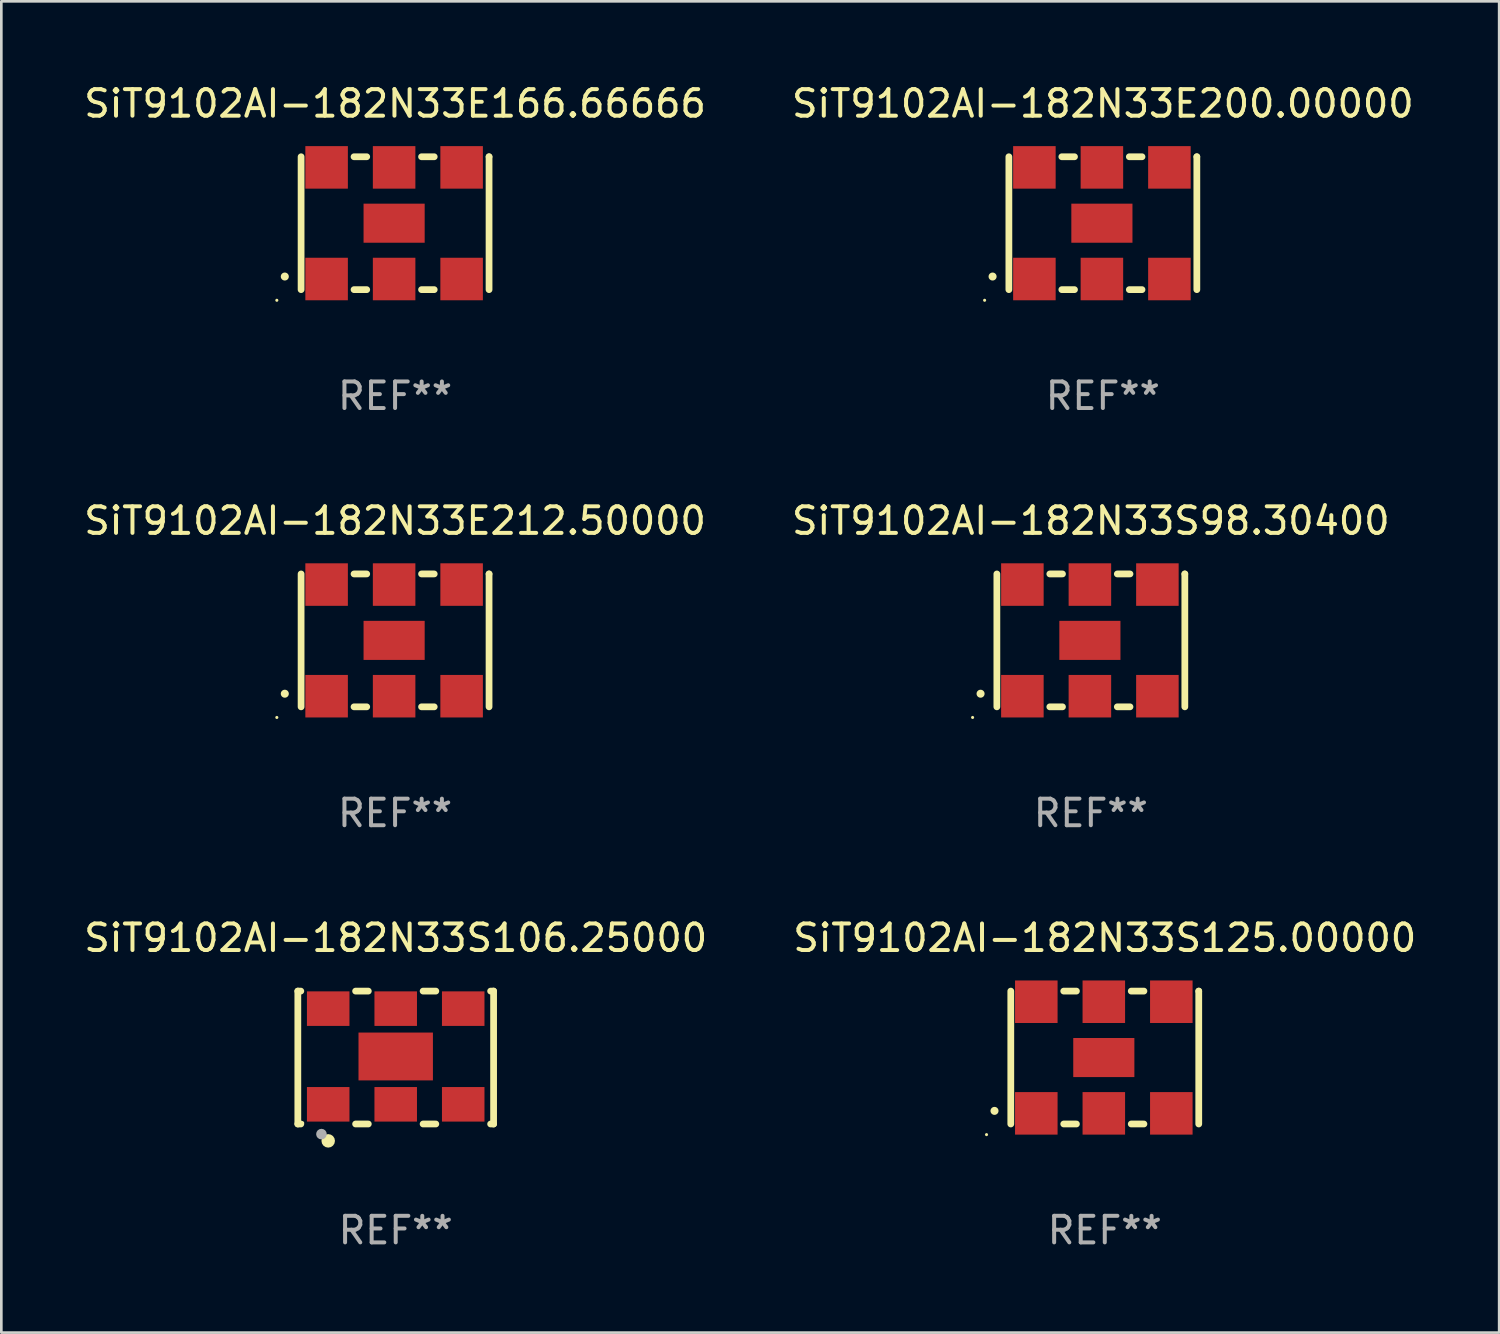
<source format=kicad_pcb>
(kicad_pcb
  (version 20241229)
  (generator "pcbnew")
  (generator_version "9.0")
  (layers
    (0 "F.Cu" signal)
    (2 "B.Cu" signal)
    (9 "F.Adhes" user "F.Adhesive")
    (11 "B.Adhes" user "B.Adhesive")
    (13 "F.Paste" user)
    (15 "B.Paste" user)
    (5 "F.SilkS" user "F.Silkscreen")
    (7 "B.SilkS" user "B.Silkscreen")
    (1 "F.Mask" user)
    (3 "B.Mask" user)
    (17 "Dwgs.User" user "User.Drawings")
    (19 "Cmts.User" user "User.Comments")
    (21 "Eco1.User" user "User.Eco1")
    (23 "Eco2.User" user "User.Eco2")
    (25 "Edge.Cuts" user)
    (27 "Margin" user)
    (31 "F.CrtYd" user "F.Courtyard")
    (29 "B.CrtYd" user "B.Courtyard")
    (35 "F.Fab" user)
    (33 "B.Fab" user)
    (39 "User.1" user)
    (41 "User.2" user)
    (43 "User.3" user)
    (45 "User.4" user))
  (footprint "SiT9102AI-182N33E166.66666"
    (layer "F.Cu")
    (at 11.815 5.348)
    (property "Reference" "SiT9102AI-182N33E166.66666" (at 0 -4.5 0) (layer "F.SilkS") (effects (font (size 1 1) (thickness 0.15))))
    (attr through_hole)
    (fp_line (start -3.536 -2.5) (end -3.536 2.5) (stroke (width 0.254) (type solid)) (layer "F.SilkS"))
    (fp_line (start -1.544 2.5) (end -1.067 2.5) (stroke (width 0.254) (type solid)) (layer "F.SilkS"))
    (fp_line (start -1.067 -2.5) (end -1.544 -2.5) (stroke (width 0.254) (type solid)) (layer "F.SilkS"))
    (fp_line (start 0.996 2.5) (end 1.473 2.5) (stroke (width 0.254) (type solid)) (layer "F.SilkS"))
    (fp_line (start 1.473 -2.5) (end 0.996 -2.5) (stroke (width 0.254) (type solid)) (layer "F.SilkS"))
    (fp_line (start 3.536 -2.5) (end 3.536 -2.5) (stroke (width 0.254) (type solid)) (layer "F.SilkS"))
    (fp_line (start 3.536 2.5) (end 3.536 -2.5) (stroke (width 0.254) (type solid)) (layer "F.SilkS"))
    (fp_arc (start -4.150432 2.006604) (mid -4.149162 2.006599) (end -4.147892 2.006604) (stroke (width 0.3) (type solid)) (layer "F.SilkS"))
    (fp_circle (center -4.449 2.9) (end -4.419 2.9) (stroke (width 0.06) (type solid)) (fill no) (layer "F.SilkS"))
    (fp_text user "REF**" (at 0 6.5 0) (layer "F.Fab") (effects (font (size 1 1) (thickness 0.15))))
    (pad "1" smd rect (at -2.576 2.1) (size 1.6 1.6) (layers "F.Cu" "F.Mask" "F.Paste"))
    (pad "2" smd rect (at -0.036 2.1) (size 1.6 1.6) (layers "F.Cu" "F.Mask" "F.Paste"))
    (pad "3" smd rect (at 2.504 2.1) (size 1.6 1.6) (layers "F.Cu" "F.Mask" "F.Paste"))
    (pad "4" smd rect (at 2.504 -2.1) (size 1.6 1.6) (layers "F.Cu" "F.Mask" "F.Paste"))
    (pad "5" smd rect (at -0.036 -2.1) (size 1.6 1.6) (layers "F.Cu" "F.Mask" "F.Paste"))
    (pad "6" smd rect (at -2.576 -2.1) (size 1.6 1.6) (layers "F.Cu" "F.Mask" "F.Paste"))
    (pad "7" smd rect (at -0.036 0) (size 2.3 1.47) (layers "F.Cu" "F.Mask" "F.Paste")))
  (footprint "SiT9102AI-182N33S125.00000"
    (layer "F.Cu")
    (at 38.518 36.741)
    (property "Reference" "SiT9102AI-182N33S125.00000" (at 0 -4.5 0) (layer "F.SilkS") (effects (font (size 1 1) (thickness 0.15))))
    (attr through_hole)
    (fp_line (start -3.536 -2.5) (end -3.536 2.5) (stroke (width 0.254) (type solid)) (layer "F.SilkS"))
    (fp_line (start -1.544 2.5) (end -1.067 2.5) (stroke (width 0.254) (type solid)) (layer "F.SilkS"))
    (fp_line (start -1.067 -2.5) (end -1.544 -2.5) (stroke (width 0.254) (type solid)) (layer "F.SilkS"))
    (fp_line (start 0.996 2.5) (end 1.473 2.5) (stroke (width 0.254) (type solid)) (layer "F.SilkS"))
    (fp_line (start 1.473 -2.5) (end 0.996 -2.5) (stroke (width 0.254) (type solid)) (layer "F.SilkS"))
    (fp_line (start 3.536 -2.5) (end 3.536 -2.5) (stroke (width 0.254) (type solid)) (layer "F.SilkS"))
    (fp_line (start 3.536 2.5) (end 3.536 -2.5) (stroke (width 0.254) (type solid)) (layer "F.SilkS"))
    (fp_arc (start -4.150432 2.006604) (mid -4.149162 2.006599) (end -4.147892 2.006604) (stroke (width 0.3) (type solid)) (layer "F.SilkS"))
    (fp_circle (center -4.449 2.9) (end -4.419 2.9) (stroke (width 0.06) (type solid)) (fill no) (layer "F.SilkS"))
    (fp_text user "REF**" (at 0 6.5 0) (layer "F.Fab") (effects (font (size 1 1) (thickness 0.15))))
    (pad "1" smd rect (at -2.576 2.1) (size 1.6 1.6) (layers "F.Cu" "F.Mask" "F.Paste"))
    (pad "2" smd rect (at -0.036 2.1) (size 1.6 1.6) (layers "F.Cu" "F.Mask" "F.Paste"))
    (pad "3" smd rect (at 2.504 2.1) (size 1.6 1.6) (layers "F.Cu" "F.Mask" "F.Paste"))
    (pad "4" smd rect (at 2.504 -2.1) (size 1.6 1.6) (layers "F.Cu" "F.Mask" "F.Paste"))
    (pad "5" smd rect (at -0.036 -2.1) (size 1.6 1.6) (layers "F.Cu" "F.Mask" "F.Paste"))
    (pad "6" smd rect (at -2.576 -2.1) (size 1.6 1.6) (layers "F.Cu" "F.Mask" "F.Paste"))
    (pad "7" smd rect (at -0.036 0) (size 2.3 1.47) (layers "F.Cu" "F.Mask" "F.Paste")))
  (footprint "SiT9102AI-182N33E200.00000"
    (layer "F.Cu")
    (at 38.446 5.348)
    (property "Reference" "SiT9102AI-182N33E200.00000" (at 0 -4.5 0) (layer "F.SilkS") (effects (font (size 1 1) (thickness 0.15))))
    (attr through_hole)
    (fp_line (start -3.536 -2.5) (end -3.536 2.5) (stroke (width 0.254) (type solid)) (layer "F.SilkS"))
    (fp_line (start -1.544 2.5) (end -1.067 2.5) (stroke (width 0.254) (type solid)) (layer "F.SilkS"))
    (fp_line (start -1.067 -2.5) (end -1.544 -2.5) (stroke (width 0.254) (type solid)) (layer "F.SilkS"))
    (fp_line (start 0.996 2.5) (end 1.473 2.5) (stroke (width 0.254) (type solid)) (layer "F.SilkS"))
    (fp_line (start 1.473 -2.5) (end 0.996 -2.5) (stroke (width 0.254) (type solid)) (layer "F.SilkS"))
    (fp_line (start 3.536 -2.5) (end 3.536 -2.5) (stroke (width 0.254) (type solid)) (layer "F.SilkS"))
    (fp_line (start 3.536 2.5) (end 3.536 -2.5) (stroke (width 0.254) (type solid)) (layer "F.SilkS"))
    (fp_arc (start -4.150432 2.006604) (mid -4.149162 2.006599) (end -4.147892 2.006604) (stroke (width 0.3) (type solid)) (layer "F.SilkS"))
    (fp_circle (center -4.449 2.9) (end -4.419 2.9) (stroke (width 0.06) (type solid)) (fill no) (layer "F.SilkS"))
    (fp_text user "REF**" (at 0 6.5 0) (layer "F.Fab") (effects (font (size 1 1) (thickness 0.15))))
    (pad "1" smd rect (at -2.576 2.1) (size 1.6 1.6) (layers "F.Cu" "F.Mask" "F.Paste"))
    (pad "2" smd rect (at -0.036 2.1) (size 1.6 1.6) (layers "F.Cu" "F.Mask" "F.Paste"))
    (pad "3" smd rect (at 2.504 2.1) (size 1.6 1.6) (layers "F.Cu" "F.Mask" "F.Paste"))
    (pad "4" smd rect (at 2.504 -2.1) (size 1.6 1.6) (layers "F.Cu" "F.Mask" "F.Paste"))
    (pad "5" smd rect (at -0.036 -2.1) (size 1.6 1.6) (layers "F.Cu" "F.Mask" "F.Paste"))
    (pad "6" smd rect (at -2.576 -2.1) (size 1.6 1.6) (layers "F.Cu" "F.Mask" "F.Paste"))
    (pad "7" smd rect (at -0.036 0) (size 2.3 1.47) (layers "F.Cu" "F.Mask" "F.Paste")))
  (footprint "SiT9102AI-182N33E212.50000"
    (layer "F.Cu")
    (at 11.815 21.045)
    (property "Reference" "SiT9102AI-182N33E212.50000" (at 0 -4.5 0) (layer "F.SilkS") (effects (font (size 1 1) (thickness 0.15))))
    (attr through_hole)
    (fp_line (start -3.536 -2.5) (end -3.536 2.5) (stroke (width 0.254) (type solid)) (layer "F.SilkS"))
    (fp_line (start -1.544 2.5) (end -1.067 2.5) (stroke (width 0.254) (type solid)) (layer "F.SilkS"))
    (fp_line (start -1.067 -2.5) (end -1.544 -2.5) (stroke (width 0.254) (type solid)) (layer "F.SilkS"))
    (fp_line (start 0.996 2.5) (end 1.473 2.5) (stroke (width 0.254) (type solid)) (layer "F.SilkS"))
    (fp_line (start 1.473 -2.5) (end 0.996 -2.5) (stroke (width 0.254) (type solid)) (layer "F.SilkS"))
    (fp_line (start 3.536 -2.5) (end 3.536 -2.5) (stroke (width 0.254) (type solid)) (layer "F.SilkS"))
    (fp_line (start 3.536 2.5) (end 3.536 -2.5) (stroke (width 0.254) (type solid)) (layer "F.SilkS"))
    (fp_arc (start -4.150432 2.006604) (mid -4.149162 2.006599) (end -4.147892 2.006604) (stroke (width 0.3) (type solid)) (layer "F.SilkS"))
    (fp_circle (center -4.449 2.9) (end -4.419 2.9) (stroke (width 0.06) (type solid)) (fill no) (layer "F.SilkS"))
    (fp_text user "REF**" (at 0 6.5 0) (layer "F.Fab") (effects (font (size 1 1) (thickness 0.15))))
    (pad "1" smd rect (at -2.576 2.1) (size 1.6 1.6) (layers "F.Cu" "F.Mask" "F.Paste"))
    (pad "2" smd rect (at -0.036 2.1) (size 1.6 1.6) (layers "F.Cu" "F.Mask" "F.Paste"))
    (pad "3" smd rect (at 2.504 2.1) (size 1.6 1.6) (layers "F.Cu" "F.Mask" "F.Paste"))
    (pad "4" smd rect (at 2.504 -2.1) (size 1.6 1.6) (layers "F.Cu" "F.Mask" "F.Paste"))
    (pad "5" smd rect (at -0.036 -2.1) (size 1.6 1.6) (layers "F.Cu" "F.Mask" "F.Paste"))
    (pad "6" smd rect (at -2.576 -2.1) (size 1.6 1.6) (layers "F.Cu" "F.Mask" "F.Paste"))
    (pad "7" smd rect (at -0.036 0) (size 2.3 1.47) (layers "F.Cu" "F.Mask" "F.Paste")))
  (footprint "SiT9102AI-182N33S106.25000"
    (layer "F.Cu")
    (at 11.839 36.741)
    (property "Reference" "SiT9102AI-182N33S106.25000" (at 0 -4.5 0) (layer "F.SilkS") (effects (font (size 1 1) (thickness 0.15))))
    (attr through_hole)
    (fp_line (start -3.683 -2.5) (end -3.571 -2.5) (stroke (width 0.254) (type solid)) (layer "F.SilkS"))
    (fp_line (start -3.683 2.5) (end -3.683 -2.5) (stroke (width 0.254) (type solid)) (layer "F.SilkS"))
    (fp_line (start -3.683 2.5) (end -3.571 2.5) (stroke (width 0.254) (type solid)) (layer "F.SilkS"))
    (fp_line (start -1.509 -2.5) (end -1.031 -2.5) (stroke (width 0.254) (type solid)) (layer "F.SilkS"))
    (fp_line (start -1.509 2.5) (end -1.031 2.5) (stroke (width 0.254) (type solid)) (layer "F.SilkS"))
    (fp_line (start 1.031 -2.5) (end 1.509 -2.5) (stroke (width 0.254) (type solid)) (layer "F.SilkS"))
    (fp_line (start 1.031 2.5) (end 1.509 2.5) (stroke (width 0.254) (type solid)) (layer "F.SilkS"))
    (fp_line (start 3.571 -2.5) (end 3.683 -2.5) (stroke (width 0.254) (type solid)) (layer "F.SilkS"))
    (fp_line (start 3.571 2.5) (end 3.683 2.5) (stroke (width 0.254) (type solid)) (layer "F.SilkS"))
    (fp_line (start 3.683 2.5) (end 3.683 -2.5) (stroke (width 0.254) (type solid)) (layer "F.SilkS"))
    (fp_circle (center -3.5 2.46) (end -3.47 2.46) (stroke (width 0.06) (type solid)) (fill no) (layer "F.SilkS"))
    (fp_circle (center -2.54 3.135) (end -2.413 3.135) (stroke (width 0.254) (type solid)) (fill no) (layer "F.SilkS"))
    (fp_circle (center -2.794 2.881) (end -2.694 2.881) (stroke (width 0.2) (type solid)) (fill no) (layer "F.Fab"))
    (fp_text user "REF**" (at 0 6.5 0) (layer "F.Fab") (effects (font (size 1 1) (thickness 0.15))))
    (pad "1" smd rect (at -2.54 1.76) (size 1.6 1.3) (layers "F.Cu" "F.Mask" "F.Paste"))
    (pad "2" smd rect (at 0 1.76) (size 1.6 1.3) (layers "F.Cu" "F.Mask" "F.Paste"))
    (pad "3" smd rect (at 2.54 1.76) (size 1.6 1.3) (layers "F.Cu" "F.Mask" "F.Paste"))
    (pad "4" smd rect (at 2.54 -1.84) (size 1.6 1.3) (layers "F.Cu" "F.Mask" "F.Paste"))
    (pad "5" smd rect (at 0 -1.84) (size 1.6 1.3) (layers "F.Cu" "F.Mask" "F.Paste"))
    (pad "6" smd rect (at -2.54 -1.84) (size 1.6 1.3) (layers "F.Cu" "F.Mask" "F.Paste"))
    (pad "7" smd rect (at 0 -0.04) (size 2.8 1.8) (layers "F.Cu" "F.Mask" "F.Paste")))
  (footprint "SiT9102AI-182N33S98.30400"
    (layer "F.Cu")
    (at 37.994 21.045)
    (property "Reference" "SiT9102AI-182N33S98.30400" (at 0 -4.5 0) (layer "F.SilkS") (effects (font (size 1 1) (thickness 0.15))))
    (attr through_hole)
    (fp_line (start -3.536 -2.5) (end -3.536 2.5) (stroke (width 0.254) (type solid)) (layer "F.SilkS"))
    (fp_line (start -1.544 2.5) (end -1.067 2.5) (stroke (width 0.254) (type solid)) (layer "F.SilkS"))
    (fp_line (start -1.067 -2.5) (end -1.544 -2.5) (stroke (width 0.254) (type solid)) (layer "F.SilkS"))
    (fp_line (start 0.996 2.5) (end 1.473 2.5) (stroke (width 0.254) (type solid)) (layer "F.SilkS"))
    (fp_line (start 1.473 -2.5) (end 0.996 -2.5) (stroke (width 0.254) (type solid)) (layer "F.SilkS"))
    (fp_line (start 3.536 -2.5) (end 3.536 -2.5) (stroke (width 0.254) (type solid)) (layer "F.SilkS"))
    (fp_line (start 3.536 2.5) (end 3.536 -2.5) (stroke (width 0.254) (type solid)) (layer "F.SilkS"))
    (fp_arc (start -4.150432 2.006604) (mid -4.149162 2.006599) (end -4.147892 2.006604) (stroke (width 0.3) (type solid)) (layer "F.SilkS"))
    (fp_circle (center -4.449 2.9) (end -4.419 2.9) (stroke (width 0.06) (type solid)) (fill no) (layer "F.SilkS"))
    (fp_text user "REF**" (at 0 6.5 0) (layer "F.Fab") (effects (font (size 1 1) (thickness 0.15))))
    (pad "1" smd rect (at -2.576 2.1) (size 1.6 1.6) (layers "F.Cu" "F.Mask" "F.Paste"))
    (pad "2" smd rect (at -0.036 2.1) (size 1.6 1.6) (layers "F.Cu" "F.Mask" "F.Paste"))
    (pad "3" smd rect (at 2.504 2.1) (size 1.6 1.6) (layers "F.Cu" "F.Mask" "F.Paste"))
    (pad "4" smd rect (at 2.504 -2.1) (size 1.6 1.6) (layers "F.Cu" "F.Mask" "F.Paste"))
    (pad "5" smd rect (at -0.036 -2.1) (size 1.6 1.6) (layers "F.Cu" "F.Mask" "F.Paste"))
    (pad "6" smd rect (at -2.576 -2.1) (size 1.6 1.6) (layers "F.Cu" "F.Mask" "F.Paste"))
    (pad "7" smd rect (at -0.036 0) (size 2.3 1.47) (layers "F.Cu" "F.Mask" "F.Paste")))
  (gr_rect
    (start -3 -3)
    (end 53.357 47.09)
    (stroke (width 0.1) (type default))
    (fill no)
    (layer "Edge.Cuts")))
</source>
